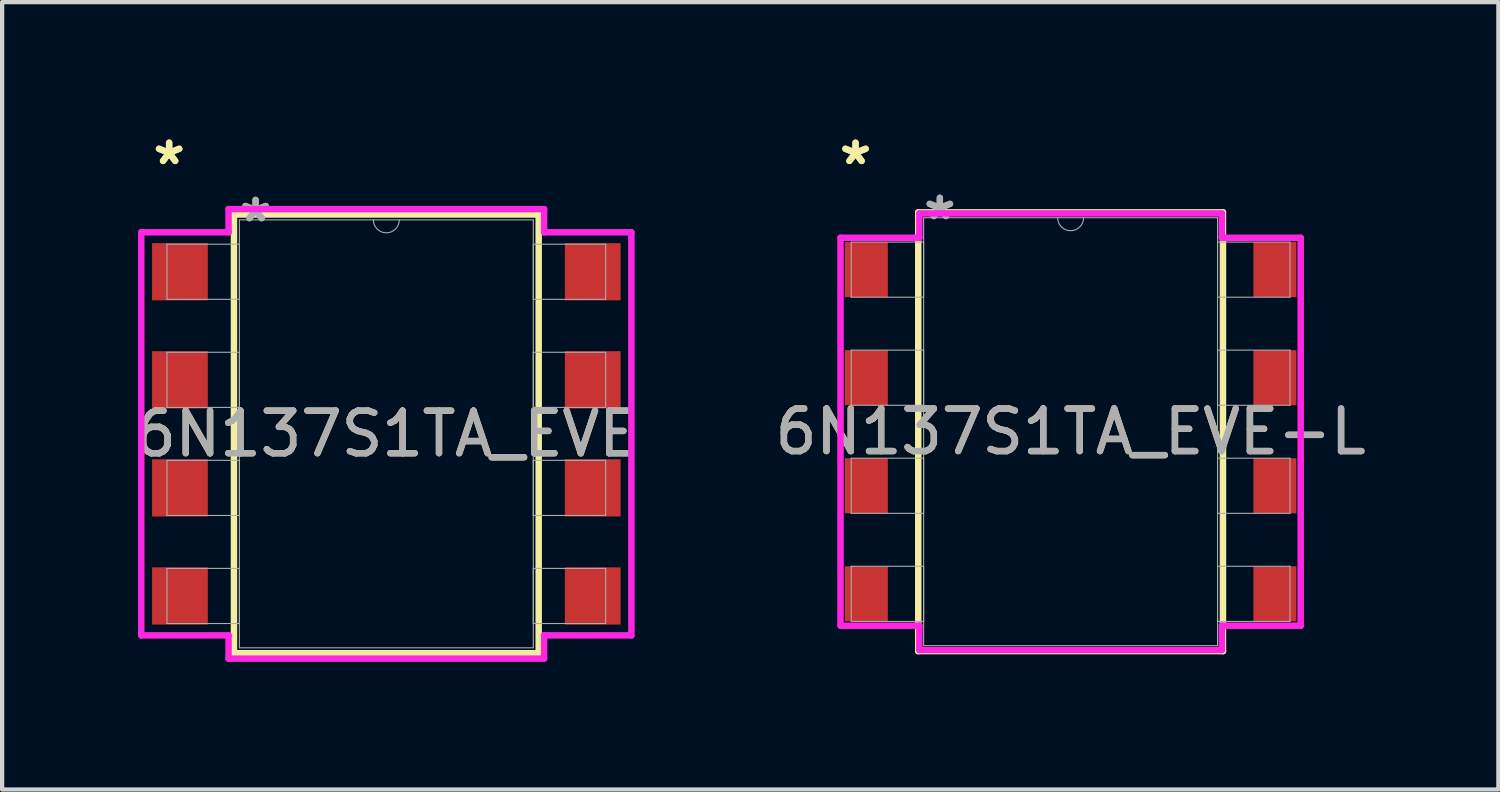
<source format=kicad_pcb>
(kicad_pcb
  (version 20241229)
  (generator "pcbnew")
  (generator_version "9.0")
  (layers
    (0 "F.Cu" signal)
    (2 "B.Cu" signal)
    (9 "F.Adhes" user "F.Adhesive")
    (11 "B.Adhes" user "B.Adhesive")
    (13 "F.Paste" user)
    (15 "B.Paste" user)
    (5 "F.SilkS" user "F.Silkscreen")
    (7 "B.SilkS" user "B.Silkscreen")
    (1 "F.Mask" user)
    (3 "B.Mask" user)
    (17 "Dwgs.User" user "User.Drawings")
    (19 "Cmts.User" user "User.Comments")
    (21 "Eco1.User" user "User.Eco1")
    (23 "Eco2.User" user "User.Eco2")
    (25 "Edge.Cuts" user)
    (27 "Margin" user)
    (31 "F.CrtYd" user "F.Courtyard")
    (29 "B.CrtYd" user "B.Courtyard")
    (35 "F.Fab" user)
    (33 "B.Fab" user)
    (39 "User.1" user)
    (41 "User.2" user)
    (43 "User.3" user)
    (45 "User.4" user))
  (footprint "6N137S1TA_EVE"
    (layer "F.Cu")
    (at 6.03 7.147)
    (property "Reference" "6N137S1TA_EVE" (at 0 0 0) (unlocked yes) (layer "F.SilkS") (effects (font (size 1 1) (thickness 0.15))))
    (attr smd)
    (fp_line (start -3.581 -5.156) (end -3.581 5.156) (stroke (width 0.152) (type solid)) (layer "F.SilkS"))
    (fp_line (start -3.581 5.156) (end 3.581 5.156) (stroke (width 0.152) (type solid)) (layer "F.SilkS"))
    (fp_line (start 3.581 -5.156) (end -3.581 -5.156) (stroke (width 0.152) (type solid)) (layer "F.SilkS"))
    (fp_line (start 3.581 5.156) (end 3.581 -5.156) (stroke (width 0.152) (type solid)) (layer "F.SilkS"))
    (fp_line (start -5.76 -4.737) (end -3.708 -4.737) (stroke (width 0.152) (type solid)) (layer "F.CrtYd"))
    (fp_line (start -5.76 4.737) (end -5.76 -4.737) (stroke (width 0.152) (type solid)) (layer "F.CrtYd"))
    (fp_line (start -5.76 4.737) (end -3.708 4.737) (stroke (width 0.152) (type solid)) (layer "F.CrtYd"))
    (fp_line (start -3.708 -5.283) (end 3.708 -5.283) (stroke (width 0.152) (type solid)) (layer "F.CrtYd"))
    (fp_line (start -3.708 -4.737) (end -3.708 -5.283) (stroke (width 0.152) (type solid)) (layer "F.CrtYd"))
    (fp_line (start -3.708 5.283) (end -3.708 4.737) (stroke (width 0.152) (type solid)) (layer "F.CrtYd"))
    (fp_line (start 3.708 -5.283) (end 3.708 -4.737) (stroke (width 0.152) (type solid)) (layer "F.CrtYd"))
    (fp_line (start 3.708 4.737) (end 3.708 5.283) (stroke (width 0.152) (type solid)) (layer "F.CrtYd"))
    (fp_line (start 3.708 5.283) (end -3.708 5.283) (stroke (width 0.152) (type solid)) (layer "F.CrtYd"))
    (fp_line (start 5.76 -4.737) (end 3.708 -4.737) (stroke (width 0.152) (type solid)) (layer "F.CrtYd"))
    (fp_line (start 5.76 -4.737) (end 5.76 4.737) (stroke (width 0.152) (type solid)) (layer "F.CrtYd"))
    (fp_line (start 5.76 4.737) (end 3.708 4.737) (stroke (width 0.152) (type solid)) (layer "F.CrtYd"))
    (fp_line (start -5.156 -4.458) (end -5.156 -3.162) (stroke (width 0.025) (type solid)) (layer "F.Fab"))
    (fp_line (start -5.156 -3.162) (end -3.454 -3.162) (stroke (width 0.025) (type solid)) (layer "F.Fab"))
    (fp_line (start -5.156 -1.918) (end -5.156 -0.622) (stroke (width 0.025) (type solid)) (layer "F.Fab"))
    (fp_line (start -5.156 -0.622) (end -3.454 -0.622) (stroke (width 0.025) (type solid)) (layer "F.Fab"))
    (fp_line (start -5.156 0.622) (end -5.156 1.918) (stroke (width 0.025) (type solid)) (layer "F.Fab"))
    (fp_line (start -5.156 1.918) (end -3.454 1.918) (stroke (width 0.025) (type solid)) (layer "F.Fab"))
    (fp_line (start -5.156 3.162) (end -5.156 4.458) (stroke (width 0.025) (type solid)) (layer "F.Fab"))
    (fp_line (start -5.156 4.458) (end -3.454 4.458) (stroke (width 0.025) (type solid)) (layer "F.Fab"))
    (fp_line (start -3.454 -5.029) (end -3.454 5.029) (stroke (width 0.025) (type solid)) (layer "F.Fab"))
    (fp_line (start -3.454 -4.458) (end -5.156 -4.458) (stroke (width 0.025) (type solid)) (layer "F.Fab"))
    (fp_line (start -3.454 -3.162) (end -3.454 -4.458) (stroke (width 0.025) (type solid)) (layer "F.Fab"))
    (fp_line (start -3.454 -1.918) (end -5.156 -1.918) (stroke (width 0.025) (type solid)) (layer "F.Fab"))
    (fp_line (start -3.454 -0.622) (end -3.454 -1.918) (stroke (width 0.025) (type solid)) (layer "F.Fab"))
    (fp_line (start -3.454 0.622) (end -5.156 0.622) (stroke (width 0.025) (type solid)) (layer "F.Fab"))
    (fp_line (start -3.454 1.918) (end -3.454 0.622) (stroke (width 0.025) (type solid)) (layer "F.Fab"))
    (fp_line (start -3.454 3.162) (end -5.156 3.162) (stroke (width 0.025) (type solid)) (layer "F.Fab"))
    (fp_line (start -3.454 4.458) (end -3.454 3.162) (stroke (width 0.025) (type solid)) (layer "F.Fab"))
    (fp_line (start -3.454 5.029) (end 3.454 5.029) (stroke (width 0.025) (type solid)) (layer "F.Fab"))
    (fp_line (start 3.454 -5.029) (end -3.454 -5.029) (stroke (width 0.025) (type solid)) (layer "F.Fab"))
    (fp_line (start 3.454 -4.458) (end 3.454 -3.162) (stroke (width 0.025) (type solid)) (layer "F.Fab"))
    (fp_line (start 3.454 -3.162) (end 5.156 -3.162) (stroke (width 0.025) (type solid)) (layer "F.Fab"))
    (fp_line (start 3.454 -1.918) (end 3.454 -0.622) (stroke (width 0.025) (type solid)) (layer "F.Fab"))
    (fp_line (start 3.454 -0.622) (end 5.156 -0.622) (stroke (width 0.025) (type solid)) (layer "F.Fab"))
    (fp_line (start 3.454 0.622) (end 3.454 1.918) (stroke (width 0.025) (type solid)) (layer "F.Fab"))
    (fp_line (start 3.454 1.918) (end 5.156 1.918) (stroke (width 0.025) (type solid)) (layer "F.Fab"))
    (fp_line (start 3.454 3.162) (end 3.454 4.458) (stroke (width 0.025) (type solid)) (layer "F.Fab"))
    (fp_line (start 3.454 4.458) (end 5.156 4.458) (stroke (width 0.025) (type solid)) (layer "F.Fab"))
    (fp_line (start 3.454 5.029) (end 3.454 -5.029) (stroke (width 0.025) (type solid)) (layer "F.Fab"))
    (fp_line (start 5.156 -4.458) (end 3.454 -4.458) (stroke (width 0.025) (type solid)) (layer "F.Fab"))
    (fp_line (start 5.156 -3.162) (end 5.156 -4.458) (stroke (width 0.025) (type solid)) (layer "F.Fab"))
    (fp_line (start 5.156 -1.918) (end 3.454 -1.918) (stroke (width 0.025) (type solid)) (layer "F.Fab"))
    (fp_line (start 5.156 -0.622) (end 5.156 -1.918) (stroke (width 0.025) (type solid)) (layer "F.Fab"))
    (fp_line (start 5.156 0.622) (end 3.454 0.622) (stroke (width 0.025) (type solid)) (layer "F.Fab"))
    (fp_line (start 5.156 1.918) (end 5.156 0.622) (stroke (width 0.025) (type solid)) (layer "F.Fab"))
    (fp_line (start 5.156 3.162) (end 3.454 3.162) (stroke (width 0.025) (type solid)) (layer "F.Fab"))
    (fp_line (start 5.156 4.458) (end 5.156 3.162) (stroke (width 0.025) (type solid)) (layer "F.Fab"))
    (fp_arc (start 0.3048 -5.0292) (mid 0 -4.7244) (end -0.3048 -5.0292) (stroke (width 0.0254) (type solid)) (layer "F.Fab"))
    (fp_text user "*" (at -5.105 -6.298 0) (unlocked yes) (layer "F.SilkS") (effects (font (size 1 1) (thickness 0.15))))
    (fp_text user "*" (at -5.105 -6.298 0) (layer "F.SilkS") (effects (font (size 1 1) (thickness 0.15))))
    (fp_text user "${REFERENCE}" (at 0 0 0) (unlocked yes) (layer "F.Fab") (effects (font (size 1 1) (thickness 0.15))))
    (fp_text user "*" (at -3.073 -4.953 0) (layer "F.Fab") (effects (font (size 1 1) (thickness 0.15))))
    (fp_text user "*" (at -3.073 -4.953 0) (unlocked yes) (layer "F.Fab") (effects (font (size 1 1) (thickness 0.15))))
    (pad "1" smd rect (at -4.851 -3.81) (size 1.31 1.345) (layers "F.Cu" "F.Mask" "F.Paste"))
    (pad "2" smd rect (at -4.851 -1.27) (size 1.31 1.345) (layers "F.Cu" "F.Mask" "F.Paste"))
    (pad "3" smd rect (at -4.851 1.27) (size 1.31 1.345) (layers "F.Cu" "F.Mask" "F.Paste"))
    (pad "4" smd rect (at -4.851 3.81) (size 1.31 1.345) (layers "F.Cu" "F.Mask" "F.Paste"))
    (pad "5" smd rect (at 4.851 3.81) (size 1.31 1.345) (layers "F.Cu" "F.Mask" "F.Paste"))
    (pad "6" smd rect (at 4.851 1.27) (size 1.31 1.345) (layers "F.Cu" "F.Mask" "F.Paste"))
    (pad "7" smd rect (at 4.851 -1.27) (size 1.31 1.345) (layers "F.Cu" "F.Mask" "F.Paste"))
    (pad "8" smd rect (at 4.851 -3.81) (size 1.31 1.345) (layers "F.Cu" "F.Mask" "F.Paste")))
  (footprint "6N137S1TA_EVE-L"
    (layer "F.Cu")
    (at 22.113 7.097)
    (property "Reference" "6N137S1TA_EVE-L" (at 0 0 0) (unlocked yes) (layer "F.SilkS") (effects (font (size 1 1) (thickness 0.15))))
    (attr smd)
    (fp_line (start -3.581 -5.156) (end -3.581 5.156) (stroke (width 0.152) (type solid)) (layer "F.SilkS"))
    (fp_line (start -3.581 5.156) (end 3.581 5.156) (stroke (width 0.152) (type solid)) (layer "F.SilkS"))
    (fp_line (start 3.581 -5.156) (end -3.581 -5.156) (stroke (width 0.152) (type solid)) (layer "F.SilkS"))
    (fp_line (start 3.581 5.156) (end 3.581 -5.156) (stroke (width 0.152) (type solid)) (layer "F.SilkS"))
    (fp_line (start -5.408 -4.559) (end -3.556 -4.559) (stroke (width 0.152) (type solid)) (layer "F.CrtYd"))
    (fp_line (start -5.408 4.559) (end -5.408 -4.559) (stroke (width 0.152) (type solid)) (layer "F.CrtYd"))
    (fp_line (start -5.408 4.559) (end -3.556 4.559) (stroke (width 0.152) (type solid)) (layer "F.CrtYd"))
    (fp_line (start -3.556 -5.131) (end 3.556 -5.131) (stroke (width 0.152) (type solid)) (layer "F.CrtYd"))
    (fp_line (start -3.556 -4.559) (end -3.556 -5.131) (stroke (width 0.152) (type solid)) (layer "F.CrtYd"))
    (fp_line (start -3.556 5.131) (end -3.556 4.559) (stroke (width 0.152) (type solid)) (layer "F.CrtYd"))
    (fp_line (start 3.556 -5.131) (end 3.556 -4.559) (stroke (width 0.152) (type solid)) (layer "F.CrtYd"))
    (fp_line (start 3.556 4.559) (end 3.556 5.131) (stroke (width 0.152) (type solid)) (layer "F.CrtYd"))
    (fp_line (start 3.556 5.131) (end -3.556 5.131) (stroke (width 0.152) (type solid)) (layer "F.CrtYd"))
    (fp_line (start 5.408 -4.559) (end 3.556 -4.559) (stroke (width 0.152) (type solid)) (layer "F.CrtYd"))
    (fp_line (start 5.408 -4.559) (end 5.408 4.559) (stroke (width 0.152) (type solid)) (layer "F.CrtYd"))
    (fp_line (start 5.408 4.559) (end 3.556 4.559) (stroke (width 0.152) (type solid)) (layer "F.CrtYd"))
    (fp_line (start -5.156 -4.458) (end -5.156 -3.162) (stroke (width 0.025) (type solid)) (layer "F.Fab"))
    (fp_line (start -5.156 -3.162) (end -3.454 -3.162) (stroke (width 0.025) (type solid)) (layer "F.Fab"))
    (fp_line (start -5.156 -1.918) (end -5.156 -0.622) (stroke (width 0.025) (type solid)) (layer "F.Fab"))
    (fp_line (start -5.156 -0.622) (end -3.454 -0.622) (stroke (width 0.025) (type solid)) (layer "F.Fab"))
    (fp_line (start -5.156 0.622) (end -5.156 1.918) (stroke (width 0.025) (type solid)) (layer "F.Fab"))
    (fp_line (start -5.156 1.918) (end -3.454 1.918) (stroke (width 0.025) (type solid)) (layer "F.Fab"))
    (fp_line (start -5.156 3.162) (end -5.156 4.458) (stroke (width 0.025) (type solid)) (layer "F.Fab"))
    (fp_line (start -5.156 4.458) (end -3.454 4.458) (stroke (width 0.025) (type solid)) (layer "F.Fab"))
    (fp_line (start -3.454 -5.029) (end -3.454 5.029) (stroke (width 0.025) (type solid)) (layer "F.Fab"))
    (fp_line (start -3.454 -4.458) (end -5.156 -4.458) (stroke (width 0.025) (type solid)) (layer "F.Fab"))
    (fp_line (start -3.454 -3.162) (end -3.454 -4.458) (stroke (width 0.025) (type solid)) (layer "F.Fab"))
    (fp_line (start -3.454 -1.918) (end -5.156 -1.918) (stroke (width 0.025) (type solid)) (layer "F.Fab"))
    (fp_line (start -3.454 -0.622) (end -3.454 -1.918) (stroke (width 0.025) (type solid)) (layer "F.Fab"))
    (fp_line (start -3.454 0.622) (end -5.156 0.622) (stroke (width 0.025) (type solid)) (layer "F.Fab"))
    (fp_line (start -3.454 1.918) (end -3.454 0.622) (stroke (width 0.025) (type solid)) (layer "F.Fab"))
    (fp_line (start -3.454 3.162) (end -5.156 3.162) (stroke (width 0.025) (type solid)) (layer "F.Fab"))
    (fp_line (start -3.454 4.458) (end -3.454 3.162) (stroke (width 0.025) (type solid)) (layer "F.Fab"))
    (fp_line (start -3.454 5.029) (end 3.454 5.029) (stroke (width 0.025) (type solid)) (layer "F.Fab"))
    (fp_line (start 3.454 -5.029) (end -3.454 -5.029) (stroke (width 0.025) (type solid)) (layer "F.Fab"))
    (fp_line (start 3.454 -4.458) (end 3.454 -3.162) (stroke (width 0.025) (type solid)) (layer "F.Fab"))
    (fp_line (start 3.454 -3.162) (end 5.156 -3.162) (stroke (width 0.025) (type solid)) (layer "F.Fab"))
    (fp_line (start 3.454 -1.918) (end 3.454 -0.622) (stroke (width 0.025) (type solid)) (layer "F.Fab"))
    (fp_line (start 3.454 -0.622) (end 5.156 -0.622) (stroke (width 0.025) (type solid)) (layer "F.Fab"))
    (fp_line (start 3.454 0.622) (end 3.454 1.918) (stroke (width 0.025) (type solid)) (layer "F.Fab"))
    (fp_line (start 3.454 1.918) (end 5.156 1.918) (stroke (width 0.025) (type solid)) (layer "F.Fab"))
    (fp_line (start 3.454 3.162) (end 3.454 4.458) (stroke (width 0.025) (type solid)) (layer "F.Fab"))
    (fp_line (start 3.454 4.458) (end 5.156 4.458) (stroke (width 0.025) (type solid)) (layer "F.Fab"))
    (fp_line (start 3.454 5.029) (end 3.454 -5.029) (stroke (width 0.025) (type solid)) (layer "F.Fab"))
    (fp_line (start 5.156 -4.458) (end 3.454 -4.458) (stroke (width 0.025) (type solid)) (layer "F.Fab"))
    (fp_line (start 5.156 -3.162) (end 5.156 -4.458) (stroke (width 0.025) (type solid)) (layer "F.Fab"))
    (fp_line (start 5.156 -1.918) (end 3.454 -1.918) (stroke (width 0.025) (type solid)) (layer "F.Fab"))
    (fp_line (start 5.156 -0.622) (end 5.156 -1.918) (stroke (width 0.025) (type solid)) (layer "F.Fab"))
    (fp_line (start 5.156 0.622) (end 3.454 0.622) (stroke (width 0.025) (type solid)) (layer "F.Fab"))
    (fp_line (start 5.156 1.918) (end 5.156 0.622) (stroke (width 0.025) (type solid)) (layer "F.Fab"))
    (fp_line (start 5.156 3.162) (end 3.454 3.162) (stroke (width 0.025) (type solid)) (layer "F.Fab"))
    (fp_line (start 5.156 4.458) (end 5.156 3.162) (stroke (width 0.025) (type solid)) (layer "F.Fab"))
    (fp_arc (start 0.3048 -5.0292) (mid 0 -4.7244) (end -0.3048 -5.0292) (stroke (width 0.0254) (type solid)) (layer "F.Fab"))
    (fp_text user "*" (at -5.055 -6.248 0) (layer "F.SilkS") (effects (font (size 1 1) (thickness 0.15))))
    (fp_text user "*" (at -5.055 -6.248 0) (unlocked yes) (layer "F.SilkS") (effects (font (size 1 1) (thickness 0.15))))
    (fp_text user "*" (at -3.073 -4.953 0) (unlocked yes) (layer "F.Fab") (effects (font (size 1 1) (thickness 0.15))))
    (fp_text user "${REFERENCE}" (at 0 0 0) (unlocked yes) (layer "F.Fab") (effects (font (size 1 1) (thickness 0.15))))
    (fp_text user "*" (at -3.073 -4.953 0) (layer "F.Fab") (effects (font (size 1 1) (thickness 0.15))))
    (pad "1" smd rect (at -4.801 -3.81) (size 1.01 1.295) (layers "F.Cu" "F.Mask" "F.Paste"))
    (pad "2" smd rect (at -4.801 -1.27) (size 1.01 1.295) (layers "F.Cu" "F.Mask" "F.Paste"))
    (pad "3" smd rect (at -4.801 1.27) (size 1.01 1.295) (layers "F.Cu" "F.Mask" "F.Paste"))
    (pad "4" smd rect (at -4.801 3.81) (size 1.01 1.295) (layers "F.Cu" "F.Mask" "F.Paste"))
    (pad "5" smd rect (at 4.801 3.81) (size 1.01 1.295) (layers "F.Cu" "F.Mask" "F.Paste"))
    (pad "6" smd rect (at 4.801 1.27) (size 1.01 1.295) (layers "F.Cu" "F.Mask" "F.Paste"))
    (pad "7" smd rect (at 4.801 -1.27) (size 1.01 1.295) (layers "F.Cu" "F.Mask" "F.Paste"))
    (pad "8" smd rect (at 4.801 -3.81) (size 1.01 1.295) (layers "F.Cu" "F.Mask" "F.Paste")))
  (gr_rect
    (start -3 -3)
    (end 32.167 15.506)
    (stroke (width 0.1) (type default))
    (fill no)
    (layer "Edge.Cuts")))
</source>
